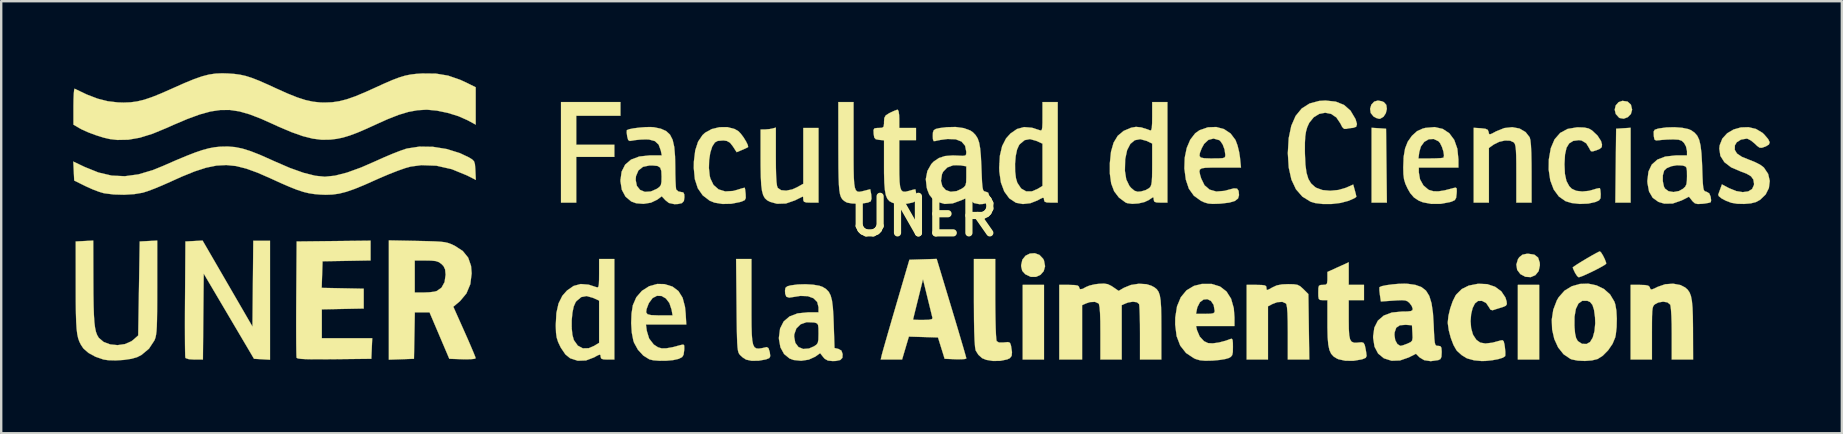
<source format=kicad_pcb>
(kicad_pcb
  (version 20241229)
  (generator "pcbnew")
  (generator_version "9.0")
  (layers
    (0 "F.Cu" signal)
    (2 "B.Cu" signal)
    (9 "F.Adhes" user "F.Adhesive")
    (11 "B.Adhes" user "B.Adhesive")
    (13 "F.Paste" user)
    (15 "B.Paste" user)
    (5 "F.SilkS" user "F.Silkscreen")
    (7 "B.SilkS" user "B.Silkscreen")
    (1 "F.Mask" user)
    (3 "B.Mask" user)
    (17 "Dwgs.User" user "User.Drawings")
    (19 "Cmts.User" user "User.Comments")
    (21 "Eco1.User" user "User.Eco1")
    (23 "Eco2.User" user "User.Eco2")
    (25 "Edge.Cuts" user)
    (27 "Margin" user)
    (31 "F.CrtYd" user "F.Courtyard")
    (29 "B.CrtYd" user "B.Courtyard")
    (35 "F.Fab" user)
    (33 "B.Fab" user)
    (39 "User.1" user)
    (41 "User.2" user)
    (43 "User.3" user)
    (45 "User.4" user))
  (footprint "UNER"
    (layer "F.Cu")
    (at 35.444 5.966)
    (property "Reference" "UNER" (at 0 0 0) (layer "F.SilkS") (effects (font (size 1.524 1.524) (thickness 0.3))))
    (attr through_hole)
    (fp_poly (pts (xy 5.016 5.969) (xy 4.128 5.969) (xy 4.128 2.857) (xy 5.016 2.857) (xy 5.016 5.969)) (stroke (width 0.01) (type solid)) (fill yes) (layer "F.SilkS"))
    (fp_poly (pts (xy 25.654 5.969) (xy 24.765 5.969) (xy 24.765 2.857) (xy 25.654 2.857) (xy 25.654 5.969)) (stroke (width 0.01) (type solid)) (fill yes) (layer "F.SilkS"))
    (fp_poly (pts (xy 29.464 -0.572) (xy 28.827 -0.572) (xy 28.861 -3.651) (xy 29.162 -3.671) (xy 29.464 -3.69) (xy 29.464 -0.572)) (stroke (width 0.01) (type solid)) (fill yes) (layer "F.SilkS"))
    (fp_poly (pts (xy 18.971 -3.671) (xy 19.272 -3.651) (xy 19.289 -2.111) (xy 19.306 -0.572) (xy 18.669 -0.572) (xy 18.669 -3.69) (xy 18.971 -3.671)) (stroke (width 0.01) (type solid)) (fill yes) (layer "F.SilkS"))
    (fp_poly (pts (xy -12.636 -4.191) (xy -14.478 -4.191) (xy -14.478 -2.985) (xy -12.89 -2.985) (xy -12.89 -2.477) (xy -14.478 -2.477) (xy -14.478 -0.572) (xy -15.113 -0.572) (xy -15.113 -4.763) (xy -12.636 -4.763) (xy -12.636 -4.191)) (stroke (width 0.01) (type solid)) (fill yes) (layer "F.SilkS"))
    (fp_poly (pts (xy 29.337 -4.783) (xy 29.477 -4.655) (xy 29.527 -4.444) (xy 29.476 -4.265) (xy 29.346 -4.133) (xy 29.177 -4.069) (xy 29.006 -4.098) (xy 28.981 -4.113) (xy 28.845 -4.264) (xy 28.801 -4.446) (xy 28.843 -4.623) (xy 28.962 -4.758) (xy 29.123 -4.814) (xy 29.337 -4.783)) (stroke (width 0.01) (type solid)) (fill yes) (layer "F.SilkS"))
    (fp_poly (pts (xy 19.095 -4.796) (xy 19.181 -4.76) (xy 19.282 -4.645) (xy 19.305 -4.478) (xy 19.263 -4.3) (xy 19.167 -4.151) (xy 19.028 -4.069) (xy 18.98 -4.064) (xy 18.861 -4.099) (xy 18.747 -4.163) (xy 18.633 -4.306) (xy 18.607 -4.482) (xy 18.658 -4.654) (xy 18.776 -4.781) (xy 18.932 -4.826) (xy 19.095 -4.796)) (stroke (width 0.01) (type solid)) (fill yes) (layer "F.SilkS"))
    (fp_poly (pts (xy 25.452 1.597) (xy 25.608 1.718) (xy 25.677 1.93) (xy 25.683 2.04) (xy 25.632 2.282) (xy 25.496 2.451) (xy 25.303 2.534) (xy 25.08 2.52) (xy 24.869 2.408) (xy 24.736 2.231) (xy 24.702 2.01) (xy 24.769 1.786) (xy 24.822 1.707) (xy 24.952 1.6) (xy 25.137 1.56) (xy 25.202 1.559) (xy 25.452 1.597)) (stroke (width 0.01) (type solid)) (fill yes) (layer "F.SilkS"))
    (fp_poly (pts (xy 4.828 1.608) (xy 4.981 1.769) (xy 5.016 1.84) (xy 5.061 2.079) (xy 5.004 2.285) (xy 4.869 2.439) (xy 4.681 2.524) (xy 4.464 2.522) (xy 4.242 2.417) (xy 4.231 2.408) (xy 4.109 2.273) (xy 4.066 2.096) (xy 4.064 2.032) (xy 4.115 1.804) (xy 4.247 1.641) (xy 4.43 1.551) (xy 4.634 1.537) (xy 4.828 1.608)) (stroke (width 0.01) (type solid)) (fill yes) (layer "F.SilkS"))
    (fp_poly (pts (xy -29.011 2.803) (xy -27.972 4.595) (xy -27.955 2.806) (xy -27.938 1.016) (xy -27.241 1.016) (xy -27.241 5.976) (xy -27.908 5.937) (xy -28.956 4.162) (xy -30.004 2.387) (xy -30.021 4.178) (xy -30.037 5.969) (xy -30.388 5.969) (xy -30.62 5.954) (xy -30.749 5.913) (xy -30.769 5.889) (xy -30.775 5.81) (xy -30.78 5.618) (xy -30.784 5.328) (xy -30.786 4.954) (xy -30.787 4.512) (xy -30.786 4.015) (xy -30.783 3.478) (xy -30.782 3.429) (xy -30.766 1.048) (xy -30.408 1.029) (xy -30.051 1.01) (xy -29.011 2.803)) (stroke (width 0.01) (type solid)) (fill yes) (layer "F.SilkS"))
    (fp_poly (pts (xy 28.238 1.512) (xy 28.315 1.637) (xy 28.39 1.789) (xy 28.44 1.922) (xy 28.448 1.971) (xy 28.395 2.018) (xy 28.255 2.101) (xy 28.06 2.205) (xy 27.838 2.316) (xy 27.62 2.418) (xy 27.437 2.497) (xy 27.317 2.537) (xy 27.298 2.54) (xy 27.235 2.489) (xy 27.155 2.366) (xy 27.148 2.353) (xy 27.082 2.216) (xy 27.051 2.135) (xy 27.051 2.133) (xy 27.102 2.089) (xy 27.235 2) (xy 27.423 1.883) (xy 27.637 1.755) (xy 27.849 1.632) (xy 28.03 1.532) (xy 28.151 1.471) (xy 28.184 1.46) (xy 28.238 1.512)) (stroke (width 0.01) (type solid)) (fill yes) (layer "F.SilkS"))
    (fp_poly (pts (xy -23.05 1.838) (xy -24.051 1.856) (xy -25.051 1.873) (xy -25.087 2.981) (xy -23.336 3.016) (xy -23.336 3.842) (xy -24.209 3.859) (xy -25.082 3.877) (xy -25.082 5.08) (xy -22.981 5.08) (xy -23.019 5.937) (xy -24.56 5.954) (xy -25.066 5.958) (xy -25.457 5.958) (xy -25.746 5.952) (xy -25.946 5.941) (xy -26.068 5.924) (xy -26.126 5.901) (xy -26.133 5.891) (xy -26.139 5.811) (xy -26.144 5.618) (xy -26.148 5.328) (xy -26.15 4.954) (xy -26.151 4.512) (xy -26.15 4.014) (xy -26.147 3.478) (xy -26.147 3.429) (xy -26.13 1.048) (xy -23.05 1.014) (xy -23.05 1.838)) (stroke (width 0.01) (type solid)) (fill yes) (layer "F.SilkS"))
    (fp_poly (pts (xy 2.985 3.445) (xy 2.988 3.896) (xy 2.994 4.307) (xy 3.003 4.661) (xy 3.015 4.94) (xy 3.029 5.126) (xy 3.043 5.2) (xy 3.138 5.258) (xy 3.325 5.258) (xy 3.353 5.255) (xy 3.516 5.24) (xy 3.597 5.27) (xy 3.635 5.366) (xy 3.645 5.412) (xy 3.682 5.659) (xy 3.668 5.815) (xy 3.595 5.91) (xy 3.483 5.963) (xy 3.2 6.022) (xy 2.891 6.028) (xy 2.607 5.981) (xy 2.437 5.911) (xy 2.28 5.769) (xy 2.17 5.592) (xy 2.167 5.585) (xy 2.143 5.443) (xy 2.123 5.179) (xy 2.108 4.795) (xy 2.099 4.296) (xy 2.096 3.684) (xy 2.095 3.578) (xy 2.095 1.778) (xy 2.985 1.778) (xy 2.985 3.445)) (stroke (width 0.01) (type solid)) (fill yes) (layer "F.SilkS"))
    (fp_poly (pts (xy -2.921 -2.961) (xy -2.921 -2.403) (xy -2.918 -1.96) (xy -2.91 -1.62) (xy -2.894 -1.37) (xy -2.866 -1.197) (xy -2.825 -1.09) (xy -2.767 -1.036) (xy -2.689 -1.022) (xy -2.589 -1.037) (xy -2.478 -1.065) (xy -2.226 -1.129) (xy -2.184 -0.909) (xy -2.173 -0.738) (xy -2.205 -0.627) (xy -2.209 -0.623) (xy -2.324 -0.573) (xy -2.521 -0.541) (xy -2.758 -0.528) (xy -2.989 -0.537) (xy -3.172 -0.568) (xy -3.232 -0.592) (xy -3.319 -0.648) (xy -3.389 -0.711) (xy -3.443 -0.796) (xy -3.484 -0.916) (xy -3.513 -1.086) (xy -3.532 -1.32) (xy -3.544 -1.63) (xy -3.551 -2.033) (xy -3.553 -2.54) (xy -3.554 -2.873) (xy -3.556 -4.763) (xy -2.921 -4.763) (xy -2.921 -2.961)) (stroke (width 0.01) (type solid)) (fill yes) (layer "F.SilkS"))
    (fp_poly (pts (xy 15.427 2.831) (xy 15.579 2.855) (xy 15.694 2.914) (xy 15.813 3.02) (xy 15.826 3.033) (xy 16.034 3.241) (xy 16.053 4.605) (xy 16.072 5.969) (xy 15.177 5.969) (xy 15.177 4.839) (xy 15.173 4.376) (xy 15.163 4.032) (xy 15.144 3.797) (xy 15.118 3.665) (xy 15.1 3.632) (xy 14.949 3.564) (xy 14.737 3.578) (xy 14.538 3.653) (xy 14.351 3.75) (xy 14.351 5.969) (xy 13.462 5.969) (xy 13.462 2.857) (xy 13.875 2.857) (xy 14.098 2.862) (xy 14.223 2.879) (xy 14.277 2.919) (xy 14.287 2.982) (xy 14.294 3.056) (xy 14.334 3.069) (xy 14.437 3.019) (xy 14.526 2.967) (xy 14.715 2.879) (xy 14.937 2.836) (xy 15.191 2.826) (xy 15.427 2.831)) (stroke (width 0.01) (type solid)) (fill yes) (layer "F.SilkS"))
    (fp_poly (pts (xy -7.176 3.551) (xy -7.176 4.115) (xy -7.173 4.563) (xy -7.163 4.909) (xy -7.143 5.163) (xy -7.108 5.339) (xy -7.055 5.448) (xy -6.978 5.502) (xy -6.875 5.513) (xy -6.741 5.494) (xy -6.571 5.456) (xy -6.54 5.449) (xy -6.467 5.492) (xy -6.414 5.655) (xy -6.412 5.667) (xy -6.392 5.824) (xy -6.428 5.904) (xy -6.547 5.954) (xy -6.598 5.968) (xy -6.886 6.019) (xy -7.172 6.02) (xy -7.398 5.972) (xy -7.535 5.886) (xy -7.652 5.779) (xy -7.688 5.733) (xy -7.717 5.675) (xy -7.739 5.589) (xy -7.756 5.462) (xy -7.769 5.28) (xy -7.778 5.028) (xy -7.786 4.692) (xy -7.792 4.257) (xy -7.797 3.71) (xy -7.797 3.708) (xy -7.816 1.778) (xy -7.176 1.778) (xy -7.176 3.551)) (stroke (width 0.01) (type solid)) (fill yes) (layer "F.SilkS"))
    (fp_poly (pts (xy 24.836 -3.659) (xy 25.088 -3.511) (xy 25.256 -3.296) (xy 25.287 -3.18) (xy 25.31 -2.964) (xy 25.326 -2.641) (xy 25.334 -2.203) (xy 25.336 -1.857) (xy 25.337 -0.572) (xy 24.701 -0.572) (xy 24.701 -1.773) (xy 24.7 -2.201) (xy 24.695 -2.52) (xy 24.685 -2.748) (xy 24.669 -2.902) (xy 24.645 -3.002) (xy 24.611 -3.064) (xy 24.595 -3.082) (xy 24.443 -3.153) (xy 24.227 -3.16) (xy 23.987 -3.106) (xy 23.766 -2.997) (xy 23.755 -2.989) (xy 23.558 -2.849) (xy 23.558 -0.572) (xy 22.924 -0.572) (xy 22.924 -3.69) (xy 23.225 -3.671) (xy 23.413 -3.649) (xy 23.509 -3.606) (xy 23.545 -3.524) (xy 23.546 -3.515) (xy 23.562 -3.439) (xy 23.6 -3.416) (xy 23.691 -3.451) (xy 23.861 -3.543) (xy 24.199 -3.679) (xy 24.532 -3.716) (xy 24.836 -3.659)) (stroke (width 0.01) (type solid)) (fill yes) (layer "F.SilkS"))
    (fp_poly (pts (xy -6.16 -2.496) (xy -6.157 -2.033) (xy -6.148 -1.684) (xy -6.133 -1.435) (xy -6.111 -1.274) (xy -6.08 -1.186) (xy -6.076 -1.181) (xy -5.938 -1.09) (xy -5.728 -1.071) (xy -5.48 -1.121) (xy -5.275 -1.212) (xy -5.016 -1.357) (xy -5.016 -3.683) (xy -4.381 -3.683) (xy -4.381 -0.572) (xy -4.699 -0.572) (xy -4.889 -0.578) (xy -4.984 -0.607) (xy -5.015 -0.669) (xy -5.016 -0.699) (xy -5.023 -0.802) (xy -5.032 -0.825) (xy -5.093 -0.799) (xy -5.232 -0.731) (xy -5.361 -0.666) (xy -5.739 -0.535) (xy -6.112 -0.524) (xy -6.4 -0.604) (xy -6.523 -0.669) (xy -6.618 -0.757) (xy -6.688 -0.884) (xy -6.737 -1.064) (xy -6.769 -1.314) (xy -6.786 -1.651) (xy -6.794 -2.09) (xy -6.795 -2.379) (xy -6.795 -3.619) (xy -6.62 -3.62) (xy -6.429 -3.636) (xy -6.302 -3.66) (xy -6.16 -3.698) (xy -6.16 -2.496)) (stroke (width 0.01) (type solid)) (fill yes) (layer "F.SilkS"))
    (fp_poly (pts (xy 31.543 2.864) (xy 31.737 2.964) (xy 31.84 3.055) (xy 31.919 3.168) (xy 31.978 3.319) (xy 32.018 3.526) (xy 32.044 3.806) (xy 32.058 4.175) (xy 32.064 4.651) (xy 32.064 4.747) (xy 32.068 5.969) (xy 31.178 5.969) (xy 31.178 4.885) (xy 31.175 4.493) (xy 31.164 4.156) (xy 31.147 3.892) (xy 31.126 3.724) (xy 31.113 3.679) (xy 30.999 3.586) (xy 30.819 3.556) (xy 30.62 3.591) (xy 30.494 3.655) (xy 30.443 3.696) (xy 30.406 3.748) (xy 30.381 3.833) (xy 30.365 3.967) (xy 30.357 4.171) (xy 30.354 4.464) (xy 30.353 4.861) (xy 30.353 5.969) (xy 29.464 5.969) (xy 29.464 2.857) (xy 29.851 2.857) (xy 30.072 2.864) (xy 30.197 2.889) (xy 30.256 2.94) (xy 30.268 2.974) (xy 30.294 3.037) (xy 30.348 3.048) (xy 30.459 3.005) (xy 30.596 2.937) (xy 30.907 2.83) (xy 31.237 2.807) (xy 31.543 2.864)) (stroke (width 0.01) (type solid)) (fill yes) (layer "F.SilkS"))
    (fp_poly (pts (xy 17.716 2.857) (xy 18.352 2.857) (xy 18.352 3.493) (xy 17.716 3.493) (xy 17.716 4.31) (xy 17.72 4.686) (xy 17.736 4.952) (xy 17.772 5.125) (xy 17.835 5.224) (xy 17.932 5.264) (xy 18.072 5.264) (xy 18.128 5.259) (xy 18.256 5.249) (xy 18.334 5.274) (xy 18.383 5.361) (xy 18.421 5.533) (xy 18.443 5.664) (xy 18.461 5.817) (xy 18.425 5.897) (xy 18.306 5.947) (xy 18.243 5.965) (xy 17.909 6.022) (xy 17.574 6.018) (xy 17.289 5.956) (xy 17.229 5.93) (xy 17.089 5.844) (xy 16.984 5.73) (xy 16.911 5.571) (xy 16.864 5.347) (xy 16.838 5.04) (xy 16.828 4.632) (xy 16.828 4.451) (xy 16.828 3.493) (xy 16.637 3.493) (xy 16.524 3.486) (xy 16.468 3.443) (xy 16.449 3.332) (xy 16.447 3.175) (xy 16.451 2.987) (xy 16.476 2.893) (xy 16.543 2.861) (xy 16.637 2.857) (xy 16.757 2.848) (xy 16.812 2.797) (xy 16.827 2.669) (xy 16.828 2.588) (xy 16.828 2.318) (xy 17.272 2.116) (xy 17.716 1.915) (xy 17.716 2.857)) (stroke (width 0.01) (type solid)) (fill yes) (layer "F.SilkS"))
    (fp_poly (pts (xy 1.163 3.824) (xy 1.31 4.312) (xy 1.444 4.761) (xy 1.561 5.158) (xy 1.658 5.486) (xy 1.729 5.733) (xy 1.771 5.884) (xy 1.78 5.924) (xy 1.721 5.946) (xy 1.567 5.958) (xy 1.35 5.957) (xy 1.327 5.956) (xy 0.875 5.937) (xy 0.598 5.048) (xy -0.008 5.03) (xy -0.615 5.012) (xy -0.757 5.491) (xy -0.899 5.969) (xy -1.788 5.969) (xy -1.749 5.794) (xy -1.722 5.691) (xy -1.664 5.483) (xy -1.579 5.186) (xy -1.473 4.816) (xy -1.349 4.39) (xy -1.324 4.302) (xy -0.442 4.302) (xy -0.385 4.31) (xy -0.235 4.316) (xy -0.027 4.318) (xy 0.212 4.31) (xy 0.339 4.286) (xy 0.37 4.24) (xy 0.37 4.239) (xy 0.347 4.149) (xy 0.302 3.963) (xy 0.239 3.707) (xy 0.165 3.407) (xy 0.161 3.39) (xy -0.027 2.622) (xy -0.233 3.454) (xy -0.309 3.76) (xy -0.373 4.018) (xy -0.418 4.204) (xy -0.441 4.296) (xy -0.442 4.302) (xy -1.324 4.302) (xy -1.213 3.924) (xy -1.152 3.715) (xy -0.594 1.81) (xy 0.544 1.774) (xy 1.163 3.824)) (stroke (width 0.01) (type solid)) (fill yes) (layer "F.SilkS"))
    (fp_poly (pts (xy -31.942 2.965) (xy -31.943 3.523) (xy -31.946 3.969) (xy -31.951 4.317) (xy -31.959 4.584) (xy -31.971 4.783) (xy -31.989 4.931) (xy -32.011 5.041) (xy -32.041 5.129) (xy -32.061 5.175) (xy -32.286 5.517) (xy -32.6 5.778) (xy -32.782 5.871) (xy -33.02 5.938) (xy -33.332 5.984) (xy -33.669 6.005) (xy -33.98 5.997) (xy -34.18 5.967) (xy -34.514 5.852) (xy -34.802 5.695) (xy -35.009 5.516) (xy -35.038 5.478) (xy -35.12 5.354) (xy -35.185 5.227) (xy -35.236 5.084) (xy -35.274 4.909) (xy -35.301 4.685) (xy -35.319 4.399) (xy -35.33 4.033) (xy -35.336 3.574) (xy -35.337 3.005) (xy -35.337 2.921) (xy -35.338 1.048) (xy -34.608 1.01) (xy -34.604 2.648) (xy -34.601 3.243) (xy -34.593 3.726) (xy -34.58 4.11) (xy -34.561 4.409) (xy -34.532 4.639) (xy -34.495 4.813) (xy -34.446 4.945) (xy -34.385 5.05) (xy -34.373 5.067) (xy -34.172 5.237) (xy -33.901 5.338) (xy -33.594 5.368) (xy -33.287 5.324) (xy -33.018 5.206) (xy -32.932 5.14) (xy -32.734 4.964) (xy -32.671 1.048) (xy -31.941 1.01) (xy -31.942 2.965)) (stroke (width 0.01) (type solid)) (fill yes) (layer "F.SilkS"))
    (fp_poly (pts (xy 5.588 -0.572) (xy 5.302 -0.572) (xy 5.123 -0.58) (xy 5.039 -0.615) (xy 5.017 -0.69) (xy 5.016 -0.695) (xy 5.009 -0.764) (xy 4.967 -0.776) (xy 4.863 -0.729) (xy 4.747 -0.664) (xy 4.45 -0.548) (xy 4.136 -0.513) (xy 3.855 -0.564) (xy 3.842 -0.569) (xy 3.568 -0.751) (xy 3.36 -1.035) (xy 3.22 -1.411) (xy 3.154 -1.87) (xy 3.149 -2.032) (xy 3.159 -2.197) (xy 3.81 -2.197) (xy 3.813 -1.876) (xy 3.848 -1.588) (xy 3.905 -1.397) (xy 4.064 -1.16) (xy 4.269 -1.041) (xy 4.511 -1.041) (xy 4.747 -1.142) (xy 4.953 -1.268) (xy 4.953 -3.029) (xy 4.696 -3.145) (xy 4.431 -3.219) (xy 4.208 -3.175) (xy 4.012 -3.011) (xy 3.975 -2.964) (xy 3.893 -2.78) (xy 3.837 -2.511) (xy 3.81 -2.197) (xy 3.159 -2.197) (xy 3.178 -2.528) (xy 3.271 -2.927) (xy 3.433 -3.245) (xy 3.616 -3.45) (xy 3.891 -3.64) (xy 4.185 -3.72) (xy 4.518 -3.692) (xy 4.842 -3.588) (xy 4.893 -3.577) (xy 4.926 -3.611) (xy 4.944 -3.711) (xy 4.952 -3.897) (xy 4.953 -4.152) (xy 4.953 -4.763) (xy 5.588 -4.763) (xy 5.588 -0.572)) (stroke (width 0.01) (type solid)) (fill yes) (layer "F.SilkS"))
    (fp_poly (pts (xy 27.534 -3.701) (xy 27.714 -3.662) (xy 27.852 -3.584) (xy 28.081 -3.37) (xy 28.23 -3.141) (xy 28.272 -2.993) (xy 28.261 -2.884) (xy 28.175 -2.809) (xy 28.049 -2.757) (xy 27.893 -2.708) (xy 27.813 -2.713) (xy 27.766 -2.783) (xy 27.752 -2.818) (xy 27.616 -3.041) (xy 27.423 -3.159) (xy 27.306 -3.175) (xy 27.074 -3.144) (xy 26.905 -3.042) (xy 26.793 -2.857) (xy 26.73 -2.575) (xy 26.708 -2.185) (xy 26.708 -2.159) (xy 26.726 -1.767) (xy 26.79 -1.474) (xy 26.905 -1.259) (xy 27.013 -1.149) (xy 27.197 -1.064) (xy 27.451 -1.035) (xy 27.731 -1.063) (xy 27.874 -1.103) (xy 28.046 -1.155) (xy 28.161 -1.177) (xy 28.184 -1.174) (xy 28.203 -1.099) (xy 28.217 -0.948) (xy 28.218 -0.914) (xy 28.21 -0.754) (xy 28.148 -0.665) (xy 28.003 -0.599) (xy 27.699 -0.531) (xy 27.346 -0.517) (xy 27.002 -0.555) (xy 26.754 -0.631) (xy 26.474 -0.826) (xy 26.259 -1.119) (xy 26.116 -1.497) (xy 26.049 -1.946) (xy 26.055 -2.368) (xy 26.137 -2.839) (xy 26.294 -3.208) (xy 26.528 -3.476) (xy 26.838 -3.643) (xy 27.225 -3.709) (xy 27.273 -3.71) (xy 27.534 -3.701)) (stroke (width 0.01) (type solid)) (fill yes) (layer "F.SilkS"))
    (fp_poly (pts (xy 28.042 2.877) (xy 28.351 3.026) (xy 28.607 3.253) (xy 28.787 3.553) (xy 28.826 3.669) (xy 28.871 3.932) (xy 28.889 4.266) (xy 28.881 4.617) (xy 28.846 4.933) (xy 28.822 5.048) (xy 28.711 5.315) (xy 28.527 5.583) (xy 28.305 5.808) (xy 28.089 5.946) (xy 27.855 6.004) (xy 27.559 6.027) (xy 27.259 6.013) (xy 27.008 5.963) (xy 26.956 5.942) (xy 26.669 5.748) (xy 26.443 5.464) (xy 26.283 5.113) (xy 26.193 4.718) (xy 26.188 4.589) (xy 27.124 4.589) (xy 27.149 4.878) (xy 27.192 5.07) (xy 27.261 5.193) (xy 27.268 5.201) (xy 27.438 5.313) (xy 27.627 5.32) (xy 27.775 5.236) (xy 27.886 5.053) (xy 27.96 4.78) (xy 27.99 4.454) (xy 27.981 4.207) (xy 27.939 3.897) (xy 27.873 3.692) (xy 27.774 3.571) (xy 27.658 3.52) (xy 27.45 3.52) (xy 27.29 3.634) (xy 27.182 3.858) (xy 27.126 4.187) (xy 27.124 4.589) (xy 26.188 4.589) (xy 26.178 4.303) (xy 26.241 3.891) (xy 26.389 3.505) (xy 26.466 3.372) (xy 26.71 3.097) (xy 27.012 2.914) (xy 27.35 2.817) (xy 27.7 2.806) (xy 28.042 2.877)) (stroke (width 0.01) (type solid)) (fill yes) (layer "F.SilkS"))
    (fp_poly (pts (xy -21.098 1.025) (xy -20.679 1.034) (xy -20.364 1.044) (xy -20.132 1.058) (xy -19.96 1.078) (xy -19.824 1.109) (xy -19.704 1.152) (xy -19.576 1.211) (xy -19.542 1.227) (xy -19.207 1.445) (xy -18.983 1.72) (xy -18.863 2.064) (xy -18.837 2.375) (xy -18.892 2.825) (xy -19.055 3.213) (xy -19.32 3.531) (xy -19.349 3.556) (xy -19.601 3.768) (xy -19.135 4.811) (xy -18.985 5.149) (xy -18.856 5.448) (xy -18.754 5.689) (xy -18.689 5.851) (xy -18.669 5.914) (xy -18.728 5.94) (xy -18.889 5.955) (xy -19.128 5.958) (xy -19.219 5.956) (xy -19.769 5.937) (xy -20.594 4) (xy -21.206 4) (xy -21.223 4.969) (xy -21.241 5.937) (xy -22.288 5.974) (xy -22.288 1.841) (xy -21.209 1.841) (xy -21.209 3.175) (xy -20.832 3.175) (xy -20.597 3.165) (xy -20.391 3.139) (xy -20.296 3.114) (xy -20.094 2.973) (xy -19.966 2.741) (xy -19.923 2.435) (xy -19.923 2.426) (xy -19.943 2.215) (xy -20.01 2.074) (xy -20.096 1.986) (xy -20.206 1.908) (xy -20.336 1.864) (xy -20.524 1.845) (xy -20.736 1.841) (xy -21.209 1.841) (xy -22.288 1.841) (xy -22.288 1.002) (xy -21.098 1.025)) (stroke (width 0.01) (type solid)) (fill yes) (layer "F.SilkS"))
    (fp_poly (pts (xy -7.873 -3.638) (xy -7.718 -3.547) (xy -7.615 -3.439) (xy -7.501 -3.285) (xy -7.399 -3.118) (xy -7.329 -2.974) (xy -7.314 -2.89) (xy -7.317 -2.885) (xy -7.386 -2.848) (xy -7.526 -2.784) (xy -7.567 -2.767) (xy -7.793 -2.673) (xy -7.945 -2.908) (xy -8.068 -3.066) (xy -8.201 -3.141) (xy -8.341 -3.163) (xy -8.58 -3.144) (xy -8.699 -3.08) (xy -8.81 -2.911) (xy -8.892 -2.653) (xy -8.94 -2.341) (xy -8.949 -2.01) (xy -8.916 -1.695) (xy -8.89 -1.583) (xy -8.757 -1.307) (xy -8.545 -1.123) (xy -8.267 -1.038) (xy -7.938 -1.058) (xy -7.773 -1.104) (xy -7.597 -1.159) (xy -7.481 -1.189) (xy -7.455 -1.19) (xy -7.44 -1.122) (xy -7.423 -0.975) (xy -7.418 -0.924) (xy -7.413 -0.763) (xy -7.454 -0.677) (xy -7.572 -0.621) (xy -7.652 -0.596) (xy -8.013 -0.524) (xy -8.383 -0.516) (xy -8.718 -0.571) (xy -8.92 -0.653) (xy -9.208 -0.875) (xy -9.412 -1.169) (xy -9.535 -1.547) (xy -9.58 -2.015) (xy -9.575 -2.286) (xy -9.519 -2.749) (xy -9.401 -3.112) (xy -9.216 -3.386) (xy -9.106 -3.486) (xy -8.828 -3.639) (xy -8.504 -3.716) (xy -8.172 -3.717) (xy -7.873 -3.638)) (stroke (width 0.01) (type solid)) (fill yes) (layer "F.SilkS"))
    (fp_poly (pts (xy -12.89 5.969) (xy -13.176 5.969) (xy -13.355 5.96) (xy -13.44 5.925) (xy -13.462 5.85) (xy -13.462 5.846) (xy -13.47 5.777) (xy -13.512 5.764) (xy -13.616 5.811) (xy -13.732 5.877) (xy -14.071 6.006) (xy -14.415 6.018) (xy -14.733 5.915) (xy -14.931 5.754) (xy -15.113 5.486) (xy -15.141 5.434) (xy -15.236 5.233) (xy -15.293 5.054) (xy -15.321 4.851) (xy -15.328 4.649) (xy -14.668 4.649) (xy -14.639 4.937) (xy -14.579 5.154) (xy -14.576 5.161) (xy -14.413 5.389) (xy -14.202 5.501) (xy -13.955 5.495) (xy -13.732 5.398) (xy -13.525 5.272) (xy -13.525 3.512) (xy -13.783 3.396) (xy -14.047 3.322) (xy -14.27 3.365) (xy -14.467 3.53) (xy -14.503 3.576) (xy -14.583 3.755) (xy -14.638 4.019) (xy -14.667 4.33) (xy -14.668 4.649) (xy -15.328 4.649) (xy -15.331 4.575) (xy -15.331 4.521) (xy -15.305 4.027) (xy -15.216 3.63) (xy -15.058 3.312) (xy -14.863 3.091) (xy -14.588 2.901) (xy -14.293 2.821) (xy -13.96 2.848) (xy -13.637 2.953) (xy -13.585 2.963) (xy -13.553 2.929) (xy -13.535 2.83) (xy -13.527 2.643) (xy -13.525 2.388) (xy -13.525 1.778) (xy -12.89 1.778) (xy -12.89 5.969)) (stroke (width 0.01) (type solid)) (fill yes) (layer "F.SilkS"))
    (fp_poly (pts (xy 7.672 2.827) (xy 7.819 2.898) (xy 7.89 2.944) (xy 8.128 3.107) (xy 8.347 2.978) (xy 8.638 2.86) (xy 8.969 2.809) (xy 9.288 2.828) (xy 9.486 2.89) (xy 9.617 2.959) (xy 9.717 3.039) (xy 9.791 3.146) (xy 9.843 3.296) (xy 9.877 3.506) (xy 9.896 3.793) (xy 9.904 4.174) (xy 9.906 4.664) (xy 9.906 5.969) (xy 9.017 5.969) (xy 9.017 4.863) (xy 9.015 4.495) (xy 9.009 4.167) (xy 9 3.902) (xy 8.989 3.723) (xy 8.978 3.656) (xy 8.888 3.581) (xy 8.722 3.558) (xy 8.52 3.591) (xy 8.417 3.63) (xy 8.255 3.703) (xy 8.255 5.969) (xy 7.366 5.969) (xy 7.366 4.839) (xy 7.363 4.376) (xy 7.352 4.032) (xy 7.334 3.797) (xy 7.308 3.665) (xy 7.29 3.632) (xy 7.14 3.564) (xy 6.929 3.575) (xy 6.766 3.63) (xy 6.604 3.703) (xy 6.604 5.969) (xy 5.652 5.969) (xy 5.652 2.857) (xy 6.064 2.857) (xy 6.296 2.864) (xy 6.424 2.887) (xy 6.474 2.931) (xy 6.477 2.953) (xy 6.514 3.037) (xy 6.627 3.023) (xy 6.763 2.947) (xy 6.912 2.885) (xy 7.13 2.834) (xy 7.284 2.814) (xy 7.513 2.802) (xy 7.672 2.827)) (stroke (width 0.01) (type solid)) (fill yes) (layer "F.SilkS"))
    (fp_poly (pts (xy -1.045 -4.386) (xy -1.022 -4.229) (xy -1.016 -4.064) (xy -1.016 -3.683) (xy -0.318 -3.683) (xy -0.318 -3.175) (xy -1.016 -3.175) (xy -1.016 -2.167) (xy -1.014 -1.744) (xy -1.003 -1.435) (xy -0.978 -1.222) (xy -0.933 -1.093) (xy -0.862 -1.032) (xy -0.76 -1.025) (xy -0.621 -1.058) (xy -0.588 -1.068) (xy -0.437 -1.11) (xy -0.352 -1.126) (xy -0.346 -1.125) (xy -0.33 -1.06) (xy -0.306 -0.916) (xy -0.299 -0.878) (xy -0.285 -0.72) (xy -0.326 -0.637) (xy -0.446 -0.58) (xy -0.459 -0.576) (xy -0.702 -0.525) (xy -0.982 -0.516) (xy -1.234 -0.547) (xy -1.314 -0.572) (xy -1.428 -0.635) (xy -1.513 -0.733) (xy -1.575 -0.88) (xy -1.615 -1.095) (xy -1.639 -1.393) (xy -1.65 -1.791) (xy -1.651 -2.088) (xy -1.651 -3.167) (xy -1.857 -3.187) (xy -1.995 -3.213) (xy -2.058 -3.283) (xy -2.083 -3.437) (xy -2.083 -3.445) (xy -2.089 -3.6) (xy -2.05 -3.667) (xy -1.934 -3.683) (xy -1.877 -3.683) (xy -1.732 -3.691) (xy -1.668 -3.738) (xy -1.651 -3.861) (xy -1.651 -3.936) (xy -1.639 -4.101) (xy -1.583 -4.203) (xy -1.449 -4.291) (xy -1.4 -4.317) (xy -1.232 -4.395) (xy -1.108 -4.441) (xy -1.082 -4.445) (xy -1.045 -4.386)) (stroke (width 0.01) (type solid)) (fill yes) (layer "F.SilkS"))
    (fp_poly (pts (xy 12.007 2.818) (xy 12.351 2.924) (xy 12.621 3.131) (xy 12.814 3.434) (xy 12.926 3.83) (xy 12.954 4.207) (xy 12.954 4.572) (xy 11.353 4.572) (xy 11.394 4.747) (xy 11.506 5.01) (xy 11.685 5.203) (xy 11.853 5.283) (xy 12.045 5.294) (xy 12.306 5.258) (xy 12.592 5.183) (xy 12.779 5.114) (xy 12.841 5.101) (xy 12.875 5.147) (xy 12.888 5.276) (xy 12.89 5.444) (xy 12.886 5.658) (xy 12.861 5.783) (xy 12.803 5.856) (xy 12.716 5.905) (xy 12.569 5.948) (xy 12.34 5.985) (xy 12.075 6.01) (xy 12.033 6.013) (xy 11.735 6.019) (xy 11.52 6) (xy 11.343 5.949) (xy 11.271 5.918) (xy 10.936 5.696) (xy 10.694 5.389) (xy 10.543 4.993) (xy 10.483 4.51) (xy 10.487 4.217) (xy 10.511 4.064) (xy 11.351 4.064) (xy 11.74 4.064) (xy 11.956 4.059) (xy 12.073 4.039) (xy 12.121 3.995) (xy 12.129 3.941) (xy 12.086 3.692) (xy 11.976 3.528) (xy 11.826 3.452) (xy 11.664 3.468) (xy 11.516 3.578) (xy 11.409 3.786) (xy 11.392 3.858) (xy 11.351 4.064) (xy 10.511 4.064) (xy 10.56 3.751) (xy 10.717 3.373) (xy 10.954 3.086) (xy 11.267 2.898) (xy 11.595 2.817) (xy 12.007 2.818)) (stroke (width 0.01) (type solid)) (fill yes) (layer "F.SilkS"))
    (fp_poly (pts (xy -10.798 2.825) (xy -10.467 2.928) (xy -10.219 3.115) (xy -10.046 3.392) (xy -9.946 3.769) (xy -9.918 4.048) (xy -9.892 4.508) (xy -11.574 4.508) (xy -11.538 4.773) (xy -11.44 5.094) (xy -11.249 5.341) (xy -11.077 5.455) (xy -10.927 5.5) (xy -10.732 5.501) (xy -10.468 5.455) (xy -10.11 5.36) (xy -10.108 5.36) (xy -10.018 5.343) (xy -9.979 5.381) (xy -9.976 5.505) (xy -9.981 5.59) (xy -10.005 5.768) (xy -10.064 5.865) (xy -10.19 5.931) (xy -10.223 5.943) (xy -10.435 5.991) (xy -10.712 6.017) (xy -11.005 6.02) (xy -11.265 6) (xy -11.43 5.961) (xy -11.683 5.803) (xy -11.908 5.558) (xy -12.069 5.266) (xy -12.098 5.181) (xy -12.163 4.849) (xy -12.189 4.453) (xy -12.174 4.053) (xy -12.166 4.002) (xy -11.565 4.002) (xy -11.506 4.081) (xy -11.355 4.117) (xy -11.097 4.127) (xy -11.01 4.128) (xy -10.463 4.128) (xy -10.505 3.889) (xy -10.597 3.613) (xy -10.744 3.421) (xy -10.924 3.319) (xy -11.116 3.312) (xy -11.297 3.407) (xy -11.446 3.608) (xy -11.467 3.654) (xy -11.547 3.865) (xy -11.565 4.002) (xy -12.166 4.002) (xy -12.12 3.706) (xy -12.119 3.704) (xy -11.975 3.373) (xy -11.741 3.104) (xy -11.441 2.913) (xy -11.1 2.818) (xy -10.798 2.825)) (stroke (width 0.01) (type solid)) (fill yes) (layer "F.SilkS"))
    (fp_poly (pts (xy 23.49 2.826) (xy 23.815 2.935) (xy 24.074 3.124) (xy 24.246 3.382) (xy 24.295 3.542) (xy 24.307 3.658) (xy 24.263 3.727) (xy 24.134 3.782) (xy 24.065 3.803) (xy 23.88 3.86) (xy 23.739 3.906) (xy 23.712 3.916) (xy 23.623 3.89) (xy 23.562 3.789) (xy 23.444 3.615) (xy 23.271 3.523) (xy 23.106 3.527) (xy 22.977 3.629) (xy 22.879 3.824) (xy 22.817 4.081) (xy 22.795 4.368) (xy 22.817 4.654) (xy 22.887 4.908) (xy 22.908 4.953) (xy 23.036 5.147) (xy 23.198 5.262) (xy 23.413 5.3) (xy 23.701 5.266) (xy 24.044 5.174) (xy 24.126 5.162) (xy 24.174 5.207) (xy 24.207 5.337) (xy 24.224 5.452) (xy 24.243 5.647) (xy 24.242 5.791) (xy 24.232 5.831) (xy 24.136 5.893) (xy 23.948 5.951) (xy 23.701 5.997) (xy 23.431 6.026) (xy 23.261 6.031) (xy 22.943 6.001) (xy 22.662 5.924) (xy 22.63 5.911) (xy 22.422 5.783) (xy 22.237 5.615) (xy 22.204 5.577) (xy 22.082 5.361) (xy 21.971 5.07) (xy 21.887 4.756) (xy 21.846 4.469) (xy 21.844 4.413) (xy 21.872 4.146) (xy 21.946 3.838) (xy 22.049 3.54) (xy 22.166 3.304) (xy 22.199 3.257) (xy 22.428 3.03) (xy 22.717 2.887) (xy 23.093 2.813) (xy 23.119 2.81) (xy 23.49 2.826)) (stroke (width 0.01) (type solid)) (fill yes) (layer "F.SilkS"))
    (fp_poly (pts (xy 10.16 -0.572) (xy 9.874 -0.572) (xy 9.696 -0.58) (xy 9.612 -0.614) (xy 9.589 -0.689) (xy 9.588 -0.7) (xy 9.583 -0.781) (xy 9.545 -0.789) (xy 9.445 -0.723) (xy 9.4 -0.69) (xy 9.206 -0.596) (xy 8.954 -0.538) (xy 8.695 -0.52) (xy 8.479 -0.55) (xy 8.414 -0.578) (xy 8.137 -0.784) (xy 7.94 -1.043) (xy 7.816 -1.371) (xy 7.76 -1.783) (xy 7.76 -1.897) (xy 8.388 -1.897) (xy 8.445 -1.538) (xy 8.575 -1.27) (xy 8.644 -1.188) (xy 8.788 -1.066) (xy 8.918 -1.026) (xy 9.06 -1.037) (xy 9.249 -1.092) (xy 9.399 -1.176) (xy 9.406 -1.182) (xy 9.454 -1.238) (xy 9.487 -1.32) (xy 9.508 -1.45) (xy 9.52 -1.649) (xy 9.524 -1.94) (xy 9.525 -2.162) (xy 9.525 -3.034) (xy 9.295 -3.143) (xy 9.028 -3.216) (xy 8.799 -3.172) (xy 8.614 -3.017) (xy 8.48 -2.757) (xy 8.404 -2.399) (xy 8.399 -2.356) (xy 8.388 -1.897) (xy 7.76 -1.897) (xy 7.76 -2.213) (xy 7.809 -2.694) (xy 7.917 -3.071) (xy 8.088 -3.355) (xy 8.333 -3.56) (xy 8.645 -3.693) (xy 8.849 -3.729) (xy 9.067 -3.707) (xy 9.337 -3.622) (xy 9.446 -3.578) (xy 9.484 -3.594) (xy 9.509 -3.69) (xy 9.522 -3.881) (xy 9.525 -4.154) (xy 9.525 -4.763) (xy 10.16 -4.763) (xy 10.16 -0.572)) (stroke (width 0.01) (type solid)) (fill yes) (layer "F.SilkS"))
    (fp_poly (pts (xy 17.175 -4.781) (xy 17.52 -4.643) (xy 17.789 -4.407) (xy 17.991 -4.067) (xy 18.004 -4.039) (xy 18.06 -3.845) (xy 18.026 -3.732) (xy 17.894 -3.686) (xy 17.843 -3.683) (xy 17.703 -3.665) (xy 17.617 -3.646) (xy 17.523 -3.646) (xy 17.445 -3.722) (xy 17.367 -3.874) (xy 17.199 -4.122) (xy 16.982 -4.269) (xy 16.737 -4.318) (xy 16.488 -4.27) (xy 16.258 -4.129) (xy 16.07 -3.897) (xy 15.986 -3.713) (xy 15.936 -3.535) (xy 15.904 -3.329) (xy 15.89 -3.066) (xy 15.889 -2.714) (xy 15.891 -2.603) (xy 15.911 -2.156) (xy 15.957 -1.814) (xy 16.034 -1.559) (xy 16.149 -1.369) (xy 16.31 -1.225) (xy 16.379 -1.182) (xy 16.629 -1.094) (xy 16.946 -1.066) (xy 17.284 -1.099) (xy 17.598 -1.19) (xy 17.618 -1.199) (xy 17.903 -1.325) (xy 17.968 -1.091) (xy 18.011 -0.929) (xy 18.033 -0.824) (xy 18.034 -0.814) (xy 17.979 -0.771) (xy 17.838 -0.702) (xy 17.682 -0.64) (xy 17.372 -0.558) (xy 17.011 -0.515) (xy 16.646 -0.513) (xy 16.321 -0.552) (xy 16.129 -0.609) (xy 15.784 -0.822) (xy 15.517 -1.128) (xy 15.328 -1.53) (xy 15.216 -2.031) (xy 15.178 -2.632) (xy 15.178 -2.635) (xy 15.214 -3.256) (xy 15.322 -3.772) (xy 15.502 -4.184) (xy 15.756 -4.494) (xy 16.083 -4.702) (xy 16.484 -4.81) (xy 16.747 -4.826) (xy 17.175 -4.781)) (stroke (width 0.01) (type solid)) (fill yes) (layer "F.SilkS"))
    (fp_poly (pts (xy 34.689 -3.642) (xy 34.961 -3.48) (xy 35.033 -3.411) (xy 35.196 -3.22) (xy 35.26 -3.088) (xy 35.229 -2.994) (xy 35.103 -2.917) (xy 35.075 -2.906) (xy 34.934 -2.857) (xy 34.837 -2.863) (xy 34.734 -2.937) (xy 34.641 -3.028) (xy 34.487 -3.155) (xy 34.346 -3.23) (xy 34.3 -3.239) (xy 34.065 -3.198) (xy 33.888 -3.088) (xy 33.809 -2.955) (xy 33.805 -2.771) (xy 33.899 -2.616) (xy 34.103 -2.479) (xy 34.405 -2.357) (xy 34.668 -2.251) (xy 34.891 -2.132) (xy 35.018 -2.034) (xy 35.196 -1.768) (xy 35.263 -1.475) (xy 35.227 -1.18) (xy 35.092 -0.911) (xy 34.864 -0.691) (xy 34.689 -0.595) (xy 34.475 -0.541) (xy 34.194 -0.517) (xy 33.904 -0.524) (xy 33.661 -0.565) (xy 33.655 -0.567) (xy 33.431 -0.652) (xy 33.249 -0.75) (xy 33.136 -0.844) (xy 33.116 -0.905) (xy 33.157 -1.021) (xy 33.207 -1.158) (xy 33.27 -1.332) (xy 33.567 -1.174) (xy 33.864 -1.053) (xy 34.137 -1.009) (xy 34.365 -1.039) (xy 34.527 -1.139) (xy 34.604 -1.305) (xy 34.608 -1.358) (xy 34.579 -1.534) (xy 34.481 -1.668) (xy 34.293 -1.78) (xy 34.055 -1.869) (xy 33.654 -2.041) (xy 33.371 -2.258) (xy 33.206 -2.518) (xy 33.16 -2.821) (xy 33.176 -2.961) (xy 33.287 -3.241) (xy 33.489 -3.462) (xy 33.755 -3.619) (xy 34.061 -3.706) (xy 34.381 -3.715) (xy 34.689 -3.642)) (stroke (width 0.01) (type solid)) (fill yes) (layer "F.SilkS"))
    (fp_poly (pts (xy 21.635 -3.643) (xy 21.908 -3.463) (xy 22.114 -3.185) (xy 22.243 -2.818) (xy 22.288 -2.369) (xy 22.288 -2.365) (xy 22.288 -2.032) (xy 20.637 -2.032) (xy 20.637 -1.835) (xy 20.688 -1.542) (xy 20.827 -1.291) (xy 21.032 -1.116) (xy 21.077 -1.095) (xy 21.247 -1.046) (xy 21.447 -1.041) (xy 21.706 -1.081) (xy 22.05 -1.17) (xy 22.086 -1.181) (xy 22.177 -1.198) (xy 22.216 -1.16) (xy 22.219 -1.037) (xy 22.213 -0.947) (xy 22.192 -0.771) (xy 22.137 -0.676) (xy 22.014 -0.617) (xy 21.939 -0.594) (xy 21.555 -0.521) (xy 21.164 -0.518) (xy 20.809 -0.584) (xy 20.632 -0.656) (xy 20.433 -0.788) (xy 20.279 -0.967) (xy 20.17 -1.157) (xy 20.076 -1.36) (xy 20.021 -1.544) (xy 19.995 -1.756) (xy 19.988 -2.041) (xy 20.003 -2.413) (xy 20.621 -2.413) (xy 21.127 -2.413) (xy 21.367 -2.417) (xy 21.555 -2.427) (xy 21.657 -2.442) (xy 21.666 -2.446) (xy 21.686 -2.543) (xy 21.661 -2.706) (xy 21.602 -2.89) (xy 21.524 -3.05) (xy 21.462 -3.125) (xy 21.257 -3.224) (xy 21.049 -3.212) (xy 20.863 -3.102) (xy 20.723 -2.909) (xy 20.657 -2.683) (xy 20.621 -2.413) (xy 20.003 -2.413) (xy 20.005 -2.482) (xy 20.065 -2.829) (xy 20.174 -3.107) (xy 20.341 -3.345) (xy 20.359 -3.365) (xy 20.562 -3.549) (xy 20.793 -3.655) (xy 20.912 -3.686) (xy 21.3 -3.72) (xy 21.635 -3.643)) (stroke (width 0.01) (type solid)) (fill yes) (layer "F.SilkS"))
    (fp_poly (pts (xy 12.519 -3.635) (xy 12.793 -3.453) (xy 12.995 -3.184) (xy 12.999 -3.175) (xy 13.082 -2.954) (xy 13.15 -2.675) (xy 13.183 -2.461) (xy 13.226 -2.032) (xy 12.36 -2.032) (xy 11.998 -2.032) (xy 11.748 -2.024) (xy 11.591 -2) (xy 11.512 -1.95) (xy 11.494 -1.865) (xy 11.521 -1.735) (xy 11.566 -1.581) (xy 11.705 -1.296) (xy 11.918 -1.113) (xy 12.198 -1.034) (xy 12.54 -1.062) (xy 12.707 -1.108) (xy 12.93 -1.166) (xy 13.063 -1.155) (xy 13.127 -1.062) (xy 13.144 -0.883) (xy 13.103 -0.744) (xy 12.974 -0.642) (xy 12.743 -0.573) (xy 12.401 -0.532) (xy 12.319 -0.526) (xy 12.049 -0.518) (xy 11.857 -0.534) (xy 11.693 -0.583) (xy 11.558 -0.646) (xy 11.261 -0.86) (xy 11.052 -1.154) (xy 10.927 -1.529) (xy 10.866 -1.994) (xy 10.881 -2.441) (xy 10.897 -2.52) (xy 11.496 -2.52) (xy 11.551 -2.451) (xy 11.695 -2.421) (xy 11.945 -2.413) (xy 12.033 -2.413) (xy 12.295 -2.415) (xy 12.454 -2.424) (xy 12.537 -2.449) (xy 12.568 -2.496) (xy 12.573 -2.562) (xy 12.542 -2.783) (xy 12.464 -2.993) (xy 12.36 -3.144) (xy 12.316 -3.176) (xy 12.082 -3.242) (xy 11.869 -3.187) (xy 11.688 -3.018) (xy 11.589 -2.837) (xy 11.514 -2.644) (xy 11.496 -2.52) (xy 10.897 -2.52) (xy 10.964 -2.848) (xy 11.112 -3.195) (xy 11.317 -3.461) (xy 11.497 -3.589) (xy 11.846 -3.71) (xy 12.195 -3.723) (xy 12.519 -3.635)) (stroke (width 0.01) (type solid)) (fill yes) (layer "F.SilkS"))
    (fp_poly (pts (xy -4.605 2.849) (xy -4.343 2.894) (xy -4.208 2.942) (xy -4.064 3.033) (xy -3.955 3.145) (xy -3.876 3.297) (xy -3.82 3.508) (xy -3.783 3.797) (xy -3.759 4.182) (xy -3.748 4.474) (xy -3.715 5.487) (xy -3.556 5.524) (xy -3.426 5.596) (xy -3.376 5.742) (xy -3.386 5.897) (xy -3.473 5.987) (xy -3.655 6.027) (xy -3.79 6.032) (xy -3.989 6.012) (xy -4.123 5.936) (xy -4.184 5.868) (xy -4.314 5.703) (xy -4.516 5.848) (xy -4.787 5.972) (xy -5.106 6.02) (xy -5.421 5.987) (xy -5.588 5.925) (xy -5.817 5.738) (xy -5.968 5.462) (xy -6.031 5.114) (xy -6.032 5.048) (xy -6.027 5.011) (xy -5.397 5.011) (xy -5.349 5.271) (xy -5.218 5.446) (xy -5.02 5.528) (xy -4.777 5.508) (xy -4.566 5.416) (xy -4.467 5.348) (xy -4.412 5.27) (xy -4.387 5.144) (xy -4.382 4.934) (xy -4.381 4.884) (xy -4.384 4.658) (xy -4.4 4.528) (xy -4.442 4.464) (xy -4.522 4.433) (xy -4.572 4.423) (xy -4.876 4.411) (xy -5.126 4.498) (xy -5.304 4.671) (xy -5.391 4.917) (xy -5.397 5.011) (xy -6.027 5.011) (xy -5.983 4.676) (xy -5.835 4.383) (xy -5.591 4.173) (xy -5.252 4.044) (xy -4.82 4.001) (xy -4.813 4) (xy -4.381 4) (xy -4.381 3.788) (xy -4.436 3.569) (xy -4.59 3.414) (xy -4.829 3.327) (xy -5.14 3.316) (xy -5.396 3.357) (xy -5.604 3.388) (xy -5.721 3.351) (xy -5.77 3.23) (xy -5.778 3.099) (xy -5.76 2.981) (xy -5.682 2.916) (xy -5.54 2.878) (xy -5.245 2.839) (xy -4.919 2.83) (xy -4.605 2.849)) (stroke (width 0.01) (type solid)) (fill yes) (layer "F.SilkS"))
    (fp_poly (pts (xy 20.17 2.811) (xy 20.493 2.857) (xy 20.745 2.947) (xy 20.936 3.096) (xy 21.073 3.316) (xy 21.167 3.622) (xy 21.226 4.027) (xy 21.256 4.509) (xy 21.271 4.86) (xy 21.285 5.104) (xy 21.302 5.26) (xy 21.326 5.348) (xy 21.362 5.387) (xy 21.413 5.397) (xy 21.441 5.397) (xy 21.534 5.411) (xy 21.578 5.476) (xy 21.59 5.624) (xy 21.59 5.676) (xy 21.58 5.856) (xy 21.537 5.949) (xy 21.447 5.992) (xy 21.133 6.036) (xy 20.862 5.995) (xy 20.67 5.88) (xy 20.518 5.728) (xy 20.218 5.88) (xy 19.855 6.006) (xy 19.503 6.019) (xy 19.182 5.917) (xy 19.181 5.916) (xy 18.941 5.719) (xy 18.791 5.434) (xy 18.733 5.064) (xy 18.733 5.011) (xy 18.74 4.953) (xy 19.622 4.953) (xy 19.655 5.161) (xy 19.742 5.32) (xy 19.86 5.396) (xy 19.882 5.397) (xy 19.976 5.375) (xy 20.131 5.318) (xy 20.167 5.304) (xy 20.296 5.243) (xy 20.36 5.175) (xy 20.378 5.059) (xy 20.371 4.875) (xy 20.352 4.54) (xy 20.09 4.521) (xy 19.847 4.54) (xy 19.696 4.643) (xy 19.628 4.841) (xy 19.622 4.953) (xy 18.74 4.953) (xy 18.783 4.639) (xy 18.931 4.347) (xy 19.175 4.136) (xy 19.512 4.009) (xy 19.923 3.969) (xy 20.164 3.965) (xy 20.304 3.949) (xy 20.368 3.914) (xy 20.384 3.858) (xy 20.341 3.734) (xy 20.248 3.611) (xy 20.169 3.544) (xy 20.078 3.507) (xy 19.941 3.495) (xy 19.726 3.503) (xy 19.584 3.512) (xy 19.057 3.549) (xy 19.014 3.264) (xy 18.994 3.087) (xy 18.994 2.971) (xy 19 2.95) (xy 19.099 2.908) (xy 19.289 2.869) (xy 19.533 2.836) (xy 19.796 2.813) (xy 20.042 2.806) (xy 20.17 2.811)) (stroke (width 0.01) (type solid)) (fill yes) (layer "F.SilkS"))
    (fp_poly (pts (xy -11.24 -3.713) (xy -10.952 -3.652) (xy -10.732 -3.554) (xy -10.571 -3.405) (xy -10.461 -3.189) (xy -10.393 -2.89) (xy -10.36 -2.494) (xy -10.352 -2.085) (xy -10.349 -1.758) (xy -10.341 -1.473) (xy -10.329 -1.254) (xy -10.316 -1.129) (xy -10.312 -1.116) (xy -10.225 -1.038) (xy -10.121 -1.016) (xy -10.017 -0.997) (xy -9.976 -0.917) (xy -9.97 -0.801) (xy -9.991 -0.641) (xy -10.073 -0.551) (xy -10.239 -0.513) (xy -10.39 -0.508) (xy -10.617 -0.557) (xy -10.762 -0.672) (xy -10.914 -0.835) (xy -11.106 -0.693) (xy -11.364 -0.57) (xy -11.673 -0.52) (xy -11.982 -0.545) (xy -12.187 -0.62) (xy -12.426 -0.822) (xy -12.579 -1.108) (xy -12.636 -1.464) (xy -12.636 -1.492) (xy -12.633 -1.52) (xy -12.002 -1.52) (xy -11.952 -1.271) (xy -11.818 -1.102) (xy -11.618 -1.02) (xy -11.373 -1.036) (xy -11.128 -1.142) (xy -11.014 -1.221) (xy -10.952 -1.305) (xy -10.927 -1.434) (xy -10.922 -1.65) (xy -10.922 -1.652) (xy -10.932 -1.89) (xy -10.981 -2.031) (xy -11.092 -2.1) (xy -11.292 -2.12) (xy -11.425 -2.12) (xy -11.697 -2.063) (xy -11.887 -1.912) (xy -11.988 -1.675) (xy -12.002 -1.52) (xy -12.633 -1.52) (xy -12.587 -1.863) (xy -12.44 -2.154) (xy -12.195 -2.364) (xy -11.853 -2.493) (xy -11.414 -2.54) (xy -11.38 -2.54) (xy -10.912 -2.54) (xy -10.955 -2.746) (xy -11.044 -2.989) (xy -11.202 -3.136) (xy -11.444 -3.201) (xy -11.575 -3.207) (xy -11.813 -3.198) (xy -12.034 -3.175) (xy -12.11 -3.161) (xy -12.248 -3.14) (xy -12.314 -3.181) (xy -12.351 -3.313) (xy -12.356 -3.339) (xy -12.376 -3.494) (xy -12.37 -3.587) (xy -12.367 -3.593) (xy -12.271 -3.631) (xy -12.087 -3.668) (xy -11.852 -3.697) (xy -11.603 -3.717) (xy -11.379 -3.722) (xy -11.24 -3.713)) (stroke (width 0.01) (type solid)) (fill yes) (layer "F.SilkS"))
    (fp_poly (pts (xy 1.673 -3.677) (xy 1.944 -3.578) (xy 2.054 -3.503) (xy 2.167 -3.385) (xy 2.252 -3.249) (xy 2.313 -3.073) (xy 2.355 -2.836) (xy 2.385 -2.517) (xy 2.406 -2.095) (xy 2.408 -2.032) (xy 2.423 -1.659) (xy 2.436 -1.394) (xy 2.453 -1.218) (xy 2.475 -1.112) (xy 2.506 -1.057) (xy 2.551 -1.034) (xy 2.588 -1.027) (xy 2.689 -0.987) (xy 2.727 -0.88) (xy 2.731 -0.796) (xy 2.708 -0.638) (xy 2.623 -0.549) (xy 2.451 -0.512) (xy 2.317 -0.508) (xy 2.097 -0.554) (xy 1.938 -0.678) (xy 1.895 -0.76) (xy 1.832 -0.77) (xy 1.691 -0.726) (xy 1.561 -0.666) (xy 1.21 -0.54) (xy 0.876 -0.517) (xy 0.584 -0.6) (xy 0.54 -0.625) (xy 0.353 -0.758) (xy 0.236 -0.903) (xy 0.153 -1.11) (xy 0.129 -1.198) (xy 0.098 -1.475) (xy 0.722 -1.475) (xy 0.781 -1.251) (xy 0.922 -1.096) (xy 1.126 -1.024) (xy 1.373 -1.051) (xy 1.572 -1.142) (xy 1.684 -1.218) (xy 1.745 -1.298) (xy 1.772 -1.421) (xy 1.778 -1.625) (xy 1.778 -1.676) (xy 1.778 -2.084) (xy 1.532 -2.126) (xy 1.233 -2.128) (xy 0.985 -2.036) (xy 0.813 -1.859) (xy 0.764 -1.753) (xy 0.722 -1.475) (xy 0.098 -1.475) (xy 0.09 -1.553) (xy 0.156 -1.89) (xy 0.319 -2.179) (xy 0.417 -2.282) (xy 0.635 -2.43) (xy 0.89 -2.513) (xy 1.215 -2.538) (xy 1.424 -2.53) (xy 1.625 -2.521) (xy 1.731 -2.533) (xy 1.771 -2.581) (xy 1.778 -2.679) (xy 1.778 -2.687) (xy 1.728 -2.941) (xy 1.579 -3.116) (xy 1.336 -3.211) (xy 1.001 -3.223) (xy 0.924 -3.215) (xy 0.712 -3.186) (xy 0.542 -3.153) (xy 0.482 -3.137) (xy 0.416 -3.135) (xy 0.387 -3.214) (xy 0.381 -3.352) (xy 0.387 -3.494) (xy 0.42 -3.586) (xy 0.506 -3.642) (xy 0.667 -3.679) (xy 0.928 -3.711) (xy 0.96 -3.715) (xy 1.334 -3.724) (xy 1.673 -3.677)) (stroke (width 0.01) (type solid)) (fill yes) (layer "F.SilkS"))
    (fp_poly (pts (xy 31.611 -3.69) (xy 31.87 -3.637) (xy 31.988 -3.587) (xy 32.133 -3.484) (xy 32.243 -3.357) (xy 32.323 -3.186) (xy 32.378 -2.953) (xy 32.416 -2.638) (xy 32.44 -2.223) (xy 32.447 -2.032) (xy 32.46 -1.659) (xy 32.473 -1.394) (xy 32.489 -1.218) (xy 32.511 -1.112) (xy 32.542 -1.057) (xy 32.586 -1.034) (xy 32.619 -1.028) (xy 32.742 -0.957) (xy 32.8 -0.817) (xy 32.819 -0.672) (xy 32.805 -0.59) (xy 32.805 -0.59) (xy 32.726 -0.563) (xy 32.564 -0.535) (xy 32.46 -0.523) (xy 32.264 -0.513) (xy 32.144 -0.541) (xy 32.052 -0.622) (xy 32.024 -0.656) (xy 31.896 -0.818) (xy 31.59 -0.663) (xy 31.22 -0.534) (xy 30.867 -0.529) (xy 30.624 -0.602) (xy 30.386 -0.771) (xy 30.233 -1.033) (xy 30.166 -1.386) (xy 30.164 -1.469) (xy 30.805 -1.469) (xy 30.851 -1.247) (xy 30.896 -1.157) (xy 31.043 -1.048) (xy 31.25 -1.013) (xy 31.475 -1.054) (xy 31.646 -1.148) (xy 31.739 -1.235) (xy 31.79 -1.338) (xy 31.81 -1.497) (xy 31.814 -1.679) (xy 31.811 -1.897) (xy 31.793 -2.021) (xy 31.746 -2.081) (xy 31.655 -2.111) (xy 31.614 -2.119) (xy 31.393 -2.129) (xy 31.163 -2.088) (xy 30.969 -2.007) (xy 30.862 -1.907) (xy 30.807 -1.71) (xy 30.805 -1.469) (xy 30.164 -1.469) (xy 30.163 -1.492) (xy 30.208 -1.866) (xy 30.345 -2.156) (xy 30.577 -2.363) (xy 30.905 -2.49) (xy 31.332 -2.538) (xy 31.385 -2.539) (xy 31.814 -2.54) (xy 31.814 -2.723) (xy 31.773 -2.91) (xy 31.692 -3.057) (xy 31.594 -3.149) (xy 31.463 -3.194) (xy 31.255 -3.206) (xy 31.232 -3.206) (xy 30.987 -3.2) (xy 30.755 -3.184) (xy 30.671 -3.174) (xy 30.524 -3.162) (xy 30.458 -3.202) (xy 30.433 -3.328) (xy 30.429 -3.378) (xy 30.425 -3.532) (xy 30.47 -3.609) (xy 30.598 -3.652) (xy 30.651 -3.664) (xy 30.961 -3.706) (xy 31.295 -3.714) (xy 31.611 -3.69)) (stroke (width 0.01) (type solid)) (fill yes) (layer "F.SilkS"))
    (fp_poly (pts (xy -28.701 -2.886) (xy -28.396 -2.825) (xy -28.057 -2.719) (xy -27.66 -2.564) (xy -27.183 -2.352) (xy -27.083 -2.306) (xy -26.417 -2.018) (xy -25.842 -1.813) (xy -25.355 -1.691) (xy -24.956 -1.651) (xy -24.538 -1.694) (xy -24.032 -1.823) (xy -23.437 -2.039) (xy -22.824 -2.307) (xy -22.477 -2.463) (xy -22.133 -2.608) (xy -21.824 -2.728) (xy -21.585 -2.811) (xy -21.526 -2.827) (xy -21.012 -2.906) (xy -20.449 -2.897) (xy -19.876 -2.805) (xy -19.329 -2.635) (xy -18.955 -2.458) (xy -18.816 -2.373) (xy -18.738 -2.293) (xy -18.701 -2.175) (xy -18.685 -1.981) (xy -18.682 -1.917) (xy -18.663 -1.519) (xy -19.031 -1.705) (xy -19.668 -1.966) (xy -20.306 -2.11) (xy -20.932 -2.133) (xy -21.377 -2.074) (xy -21.604 -2.011) (xy -21.914 -1.902) (xy -22.277 -1.76) (xy -22.662 -1.597) (xy -22.809 -1.531) (xy -23.307 -1.309) (xy -23.716 -1.142) (xy -24.059 -1.023) (xy -24.359 -0.947) (xy -24.639 -0.908) (xy -24.922 -0.898) (xy -25.146 -0.907) (xy -25.393 -0.928) (xy -25.621 -0.963) (xy -25.852 -1.019) (xy -26.109 -1.103) (xy -26.413 -1.223) (xy -26.787 -1.385) (xy -27.229 -1.587) (xy -27.761 -1.819) (xy -28.229 -1.989) (xy -28.655 -2.096) (xy -29.061 -2.138) (xy -29.469 -2.116) (xy -29.902 -2.028) (xy -30.381 -1.873) (xy -30.928 -1.651) (xy -31.401 -1.437) (xy -31.726 -1.293) (xy -32.049 -1.159) (xy -32.333 -1.052) (xy -32.54 -0.987) (xy -32.541 -0.986) (xy -32.897 -0.926) (xy -33.319 -0.9) (xy -33.751 -0.911) (xy -34.136 -0.959) (xy -34.169 -0.965) (xy -34.369 -1.024) (xy -34.63 -1.123) (xy -34.897 -1.243) (xy -34.931 -1.259) (xy -35.401 -1.492) (xy -35.439 -2.283) (xy -34.966 -2.058) (xy -34.392 -1.827) (xy -33.841 -1.698) (xy -33.292 -1.672) (xy -32.726 -1.749) (xy -32.122 -1.928) (xy -31.693 -2.103) (xy -31.156 -2.338) (xy -30.714 -2.522) (xy -30.351 -2.663) (xy -30.048 -2.765) (xy -29.788 -2.835) (xy -29.552 -2.879) (xy -29.324 -2.903) (xy -29.305 -2.904) (xy -28.996 -2.91) (xy -28.701 -2.886)) (stroke (width 0.01) (type solid)) (fill yes) (layer "F.SilkS"))
    (fp_poly (pts (xy -29 -5.954) (xy -28.726 -5.935) (xy -28.484 -5.902) (xy -28.247 -5.849) (xy -27.991 -5.767) (xy -27.69 -5.649) (xy -27.32 -5.486) (xy -26.988 -5.333) (xy -26.502 -5.115) (xy -26.101 -4.955) (xy -25.758 -4.845) (xy -25.449 -4.778) (xy -25.149 -4.746) (xy -24.956 -4.742) (xy -24.651 -4.754) (xy -24.353 -4.798) (xy -24.037 -4.879) (xy -23.678 -5.005) (xy -23.251 -5.184) (xy -22.923 -5.332) (xy -22.487 -5.531) (xy -22.14 -5.681) (xy -21.857 -5.788) (xy -21.613 -5.862) (xy -21.384 -5.909) (xy -21.144 -5.938) (xy -20.888 -5.954) (xy -20.325 -5.948) (xy -19.818 -5.864) (xy -19.317 -5.691) (xy -19.07 -5.578) (xy -18.669 -5.38) (xy -18.669 -3.822) (xy -19.011 -4.007) (xy -19.386 -4.173) (xy -19.828 -4.31) (xy -20.283 -4.405) (xy -20.693 -4.444) (xy -20.727 -4.444) (xy -21.094 -4.422) (xy -21.471 -4.353) (xy -21.883 -4.229) (xy -22.354 -4.043) (xy -22.748 -3.866) (xy -23.221 -3.65) (xy -23.606 -3.485) (xy -23.925 -3.366) (xy -24.202 -3.283) (xy -24.459 -3.23) (xy -24.719 -3.198) (xy -24.735 -3.197) (xy -25.087 -3.191) (xy -25.461 -3.239) (xy -25.874 -3.343) (xy -26.347 -3.51) (xy -26.898 -3.744) (xy -27.095 -3.835) (xy -27.627 -4.073) (xy -28.094 -4.252) (xy -28.516 -4.373) (xy -28.914 -4.433) (xy -29.308 -4.432) (xy -29.721 -4.37) (xy -30.172 -4.246) (xy -30.682 -4.059) (xy -31.272 -3.809) (xy -31.541 -3.688) (xy -32.139 -3.441) (xy -32.668 -3.277) (xy -33.148 -3.193) (xy -33.602 -3.184) (xy -33.909 -3.219) (xy -34.174 -3.28) (xy -34.493 -3.38) (xy -34.813 -3.499) (xy -35.081 -3.619) (xy -35.161 -3.662) (xy -35.433 -3.822) (xy -35.433 -4.583) (xy -35.429 -4.874) (xy -35.419 -5.11) (xy -35.404 -5.267) (xy -35.386 -5.32) (xy -35.385 -5.32) (xy -34.872 -5.075) (xy -34.422 -4.903) (xy -34.004 -4.797) (xy -33.585 -4.748) (xy -33.337 -4.741) (xy -33.054 -4.752) (xy -32.78 -4.789) (xy -32.491 -4.858) (xy -32.164 -4.968) (xy -31.774 -5.125) (xy -31.297 -5.335) (xy -31.29 -5.339) (xy -30.803 -5.555) (xy -30.406 -5.718) (xy -30.074 -5.834) (xy -29.784 -5.909) (xy -29.514 -5.949) (xy -29.239 -5.961) (xy -29 -5.954)) (stroke (width 0.01) (type solid)) (fill yes) (layer "F.SilkS")))
  (gr_rect
    (start -3 -3)
    (end 73.712 15.007)
    (stroke (width 0.1) (type default))
    (fill no)
    (layer "Edge.Cuts")))
</source>
